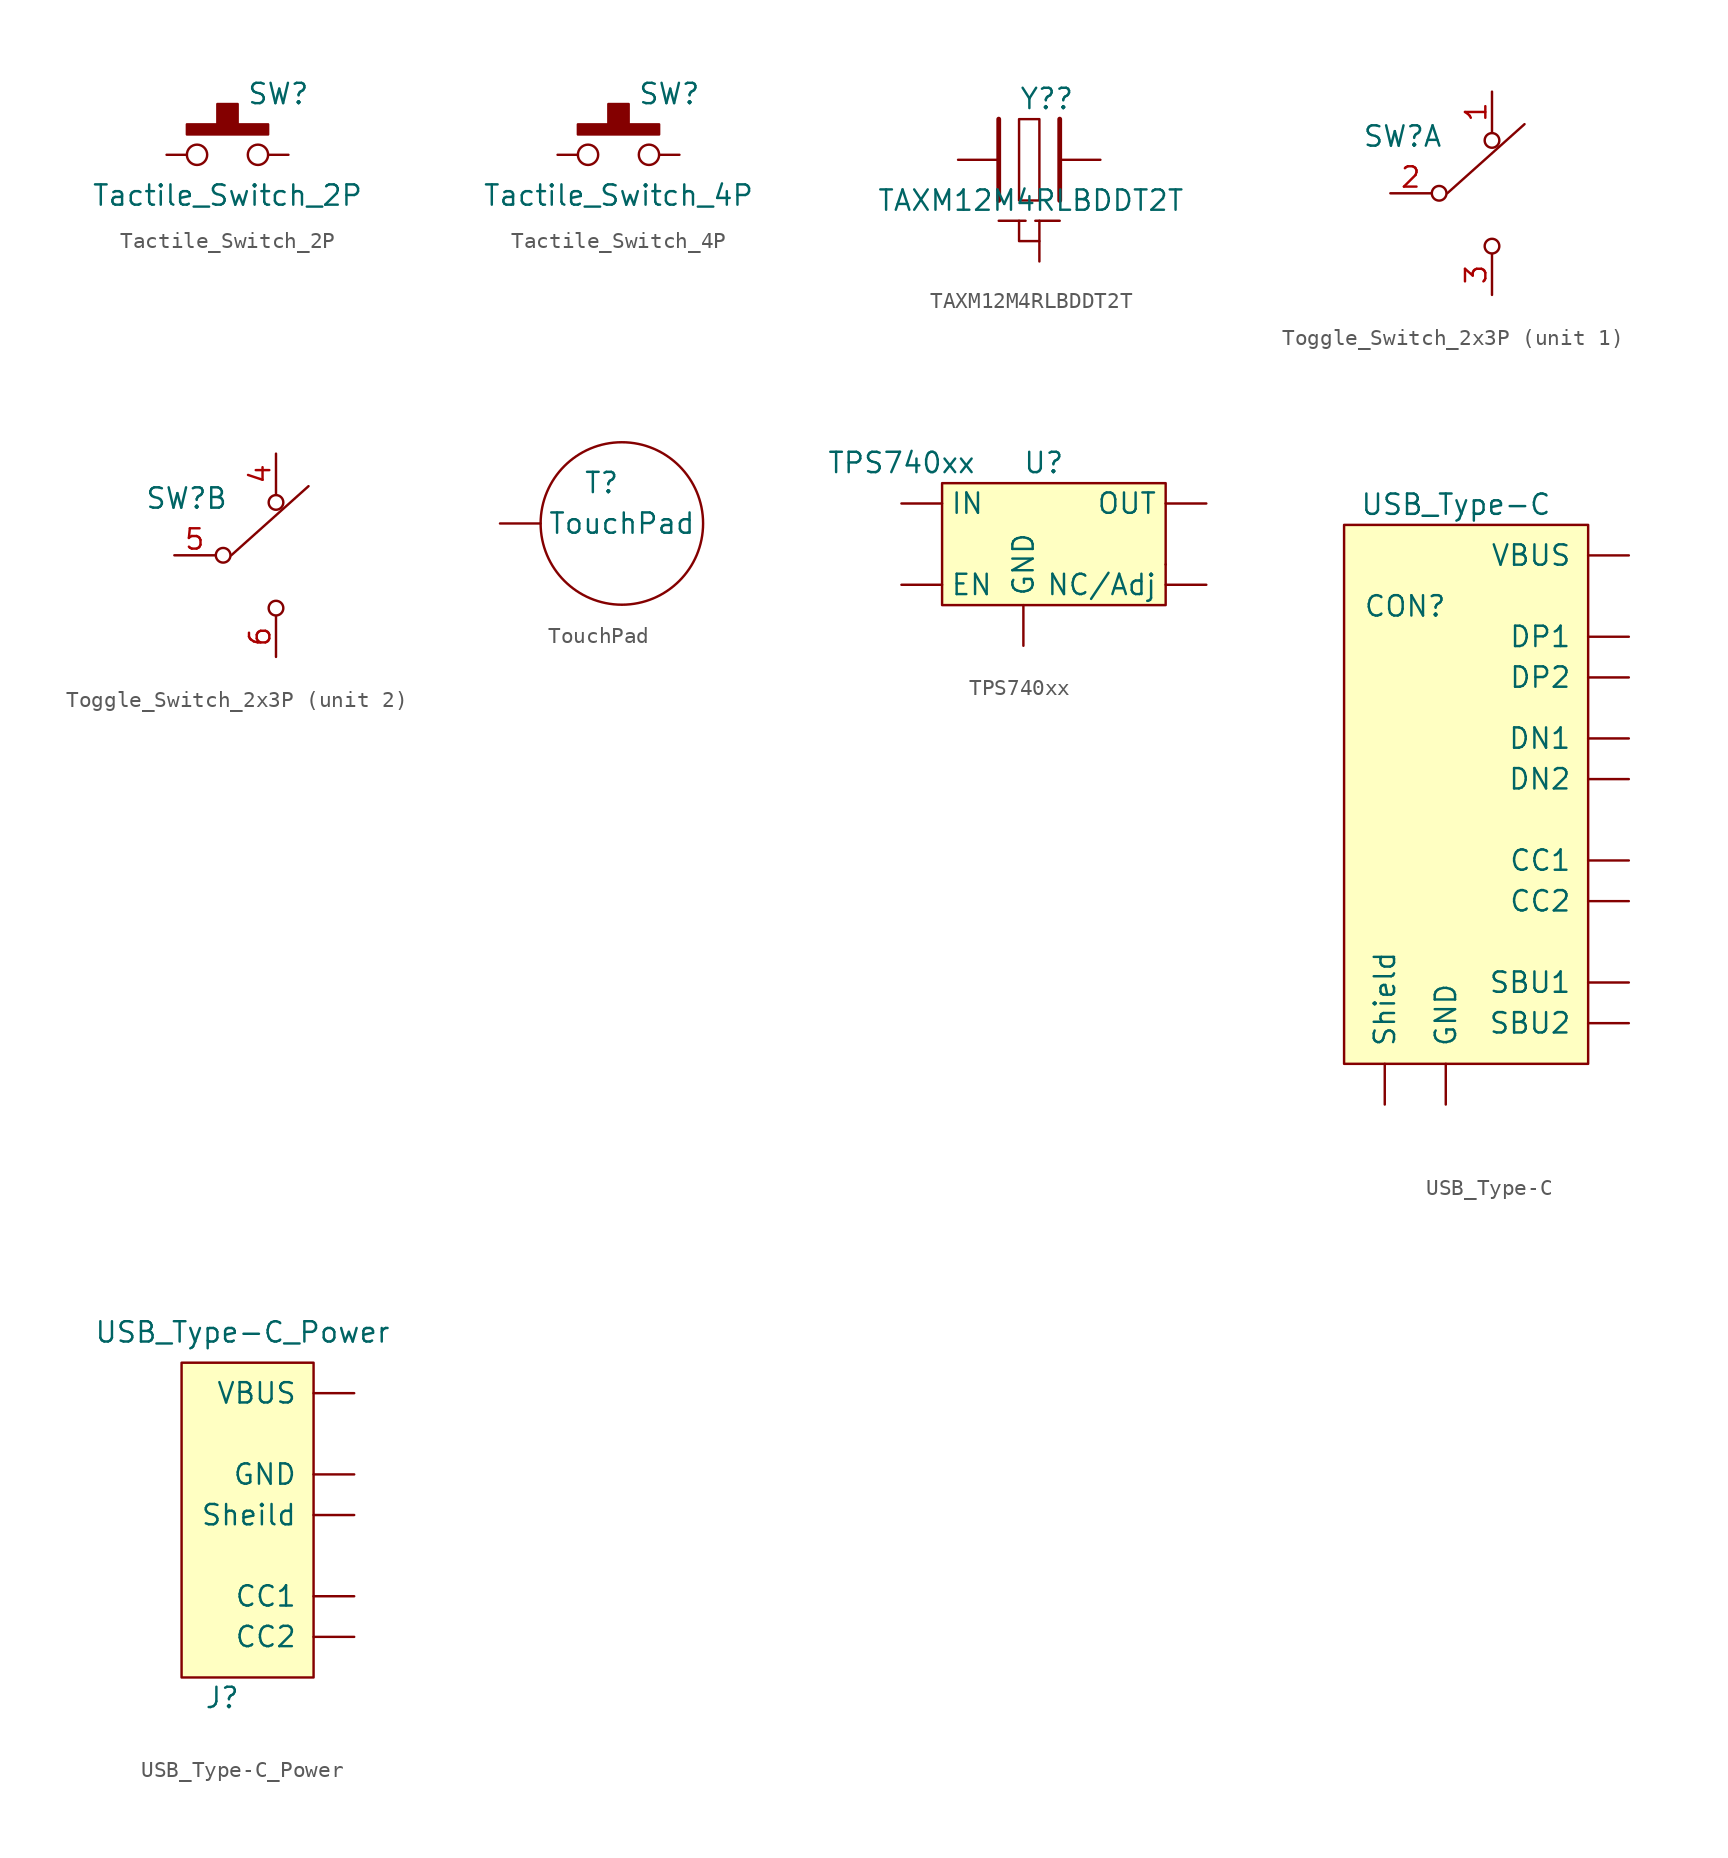
<source format=kicad_sym>
(kicad_symbol_lib
  (version 20220914)
  (generator kicad_symbol_editor)
  (symbol "Tactile_Switch_2P"
    (pin_numbers hide)
    (pin_names
      (offset 0) hide)
    (property "Reference" "SW"
      (at 3.175 3.81 0)
      (effects (font (size 1.27 1.27))))
    (property "Value" "Tactile_Switch_2P"
      (at 0 -2.54 0)
      (effects (font (size 1.27 1.27))))
    (symbol "Tactile_Switch_2P_0_1"
      (rectangle (start -2.54 1.27) (end 2.54 1.905) (stroke (width 0) (type default)) (fill (type outline)))
      (circle (center -1.905 0) (radius 0.635) (stroke (width 0) (type default)) (fill (type none)))
      (rectangle (start -0.635 1.905) (end 0.635 3.175) (stroke (width 0) (type default)) (fill (type outline)))
      (circle (center 1.905 0) (radius 0.635) (stroke (width 0) (type default)) (fill (type none))))
    (symbol "Tactile_Switch_2P_1_1"
      (pin passive line (at -3.81 0 0) (length 1.27) (name "2" (effects (font (size 1.27 1.27)))) (number "1" (effects (font (size 1.27 1.27)))))
      (pin passive line (at 3.81 0 180) (length 1.27) (name "2" (effects (font (size 1.27 1.27)))) (number "2" (effects (font (size 1.27 1.27)))))))
  (symbol "Tactile_Switch_4P"
    (pin_numbers hide)
    (pin_names
      (offset 0) hide)
    (property "Reference" "SW"
      (at 3.175 3.81 0)
      (effects (font (size 1.27 1.27))))
    (property "Value" "Tactile_Switch_4P"
      (at 0 -2.54 0)
      (effects (font (size 1.27 1.27))))
    (symbol "Tactile_Switch_4P_0_1"
      (rectangle (start -2.54 1.27) (end 2.54 1.905) (stroke (width 0) (type default)) (fill (type outline)))
      (circle (center -1.905 0) (radius 0.635) (stroke (width 0) (type default)) (fill (type none)))
      (rectangle (start -0.635 1.905) (end 0.635 3.175) (stroke (width 0) (type default)) (fill (type outline)))
      (circle (center 1.905 0) (radius 0.635) (stroke (width 0) (type default)) (fill (type none))))
    (symbol "Tactile_Switch_4P_1_1"
      (pin passive line (at -3.81 0 0) (length 1.27) (name "A" (effects (font (size 1.27 1.27)))) (number "1" (effects (font (size 1.27 1.27)))))
      (pin passive line (at -3.81 0 0) (length 1.27) hide (name "B" (effects (font (size 1.27 1.27)))) (number "2" (effects (font (size 1.27 1.27)))))
      (pin passive line (at 3.81 0 180) (length 1.27) (name "C" (effects (font (size 1.27 1.27)))) (number "3" (effects (font (size 1.27 1.27)))))
      (pin passive line (at 3.81 0 180) (length 1.27) hide (name "D" (effects (font (size 1.27 1.27)))) (number "4" (effects (font (size 1.27 1.27)))))))
  (symbol "TAXM12M4RLBDDT2T"
    (pin_numbers hide)
    (pin_names hide)
    (property "Reference" "Y?"
      (at -1.27 3.81 0)
      (effects (font (size 1.27 1.27)) (justify left)))
    (property "Value" "TAXM12M4RLBDDT2T"
      (at -10.16 -2.54 0)
      (effects (font (size 1.27 1.27)) (justify left)))
    (symbol "TAXM12M4RLBDDT2T_0_0"
      (pin passive line (at -5.08 0 0) (length 2.54) (name "" (effects (font (size 1.27 1.27)))) (number "1" (effects (font (size 1.27 1.27)))))
      (pin passive line (at 3.81 0 180) (length 2.54) (name "" (effects (font (size 1.27 1.27)))) (number "3" (effects (font (size 1.27 1.27))))))
    (symbol "TAXM12M4RLBDDT2T_0_1"
      (rectangle (start -1.27 2.54) (end 0 -2.54) (stroke (width 0) (type default)) (fill (type none)))
      (polyline (pts (xy -2.54 2.54) (xy -2.54 -2.54)) (stroke (width 0.3) (type default)) (fill (type none)))
      (polyline (pts (xy 1.27 2.54) (xy 1.27 -2.54)) (stroke (width 0.3) (type default)) (fill (type none))))
    (symbol "TAXM12M4RLBDDT2T_1_0"
      (pin passive line (at 0 -6.35 90) (length 2.54) (name "GND" (effects (font (size 1.27 1.27)))) (number "2" (effects (font (size 1.27 1.27)))))
      (pin passive line (at 0 -6.35 90) (length 2.54) hide (name "GND" (effects (font (size 1.27 1.27)))) (number "4" (effects (font (size 1.27 1.27))))))
    (symbol "TAXM12M4RLBDDT2T_1_1"
      (polyline (pts (xy -2.54 -3.81) (xy 1.27 -3.81)) (stroke (width 0) (type dash)) (fill (type none)))
      (polyline (pts (xy 0 -5.08) (xy -1.27 -5.08) (xy -1.27 -3.81)) (stroke (width 0) (type default)) (fill (type none)))))
  (symbol "Toggle_Switch_2x3P"
    (pin_names
      (offset 0) hide)
    (property "Reference" "SW"
      (at -5.588 3.556 0)
      (effects (font (size 1.27 1.27))))
    (property "Value" ""
      (at 0 0 0)
      (effects (font (size 1.27 1.27))))
    (symbol "Toggle_Switch_2x3P_0_1"
      (circle (center -3.302 0) (radius 0.458) (stroke (width 0) (type default)) (fill (type none)))
      (circle (center 0 -3.302) (radius 0.458) (stroke (width 0) (type default)) (fill (type none)))
      (polyline (pts (xy -2.794 0) (xy 2.032 4.318)) (stroke (width 0) (type default)) (fill (type none)))
      (circle (center 0 3.302) (radius 0.458) (stroke (width 0) (type default)) (fill (type none))))
    (symbol "Toggle_Switch_2x3P_1_1"
      (pin passive line (at 0 6.35 270) (length 2.54) (name "1" (effects (font (size 1.27 1.27)))) (number "1" (effects (font (size 1.27 1.27)))))
      (pin passive line (at -6.35 0 0) (length 2.54) (name "2" (effects (font (size 1.27 1.27)))) (number "2" (effects (font (size 1.27 1.27)))))
      (pin passive line (at 0 -6.35 90) (length 2.54) (name "3" (effects (font (size 1.27 1.27)))) (number "3" (effects (font (size 1.27 1.27))))))
    (symbol "Toggle_Switch_2x3P_2_1"
      (pin passive line (at 0 6.35 270) (length 2.54) (name "1" (effects (font (size 1.27 1.27)))) (number "4" (effects (font (size 1.27 1.27)))))
      (pin passive line (at -6.35 0 0) (length 2.54) (name "2" (effects (font (size 1.27 1.27)))) (number "5" (effects (font (size 1.27 1.27)))))
      (pin passive line (at 0 -6.35 90) (length 2.54) (name "3" (effects (font (size 1.27 1.27)))) (number "6" (effects (font (size 1.27 1.27)))))))
  (symbol "TouchPad"
    (pin_numbers hide)
    (pin_names
      (offset 1.016) hide)
    (property "Reference" "T"
      (at -1.27 2.54 0)
      (effects (font (size 1.27 1.27))))
    (property "Value" "TouchPad"
      (at 0 0 0)
      (effects (font (size 1.27 1.27))))
    (symbol "TouchPad_0_1"
      (circle (center 0 0) (radius 5.08) (stroke (width 0) (type default)) (fill (type none))))
    (symbol "TouchPad_1_1"
      (pin passive line (at -7.62 0 0) (length 2.54) (name "Pad" (effects (font (size 1.27 1.27)))) (number "1" (effects (font (size 1.27 1.27)))))))
  (symbol "TPS740xx"
    (pin_numbers hide)
    (property "Reference" "U"
      (at 0 5.08 0)
      (effects (font (size 1.27 1.27))))
    (property "Value" "TPS740xx"
      (at -8.89 5.08 0)
      (effects (font (size 1.27 1.27))))
    (symbol "TPS740xx_0_1"
      (rectangle (start -6.35 3.81) (end 7.62 -3.81) (stroke (width 0) (type default)) (fill (type background)))
      (rectangle (start 7.62 -1.27) (end 7.62 -1.27) (stroke (width 0) (type default)) (fill (type none))))
    (symbol "TPS740xx_1_1"
      (pin power_in line (at -8.89 2.54 0) (length 2.54) (name "IN" (effects (font (size 1.27 1.27)))) (number "1" (effects (font (size 1.27 1.27)))))
      (pin power_in line (at -1.27 -6.35 90) (length 2.54) (name "GND" (effects (font (size 1.27 1.27)))) (number "2" (effects (font (size 1.27 1.27)))))
      (pin input line (at -8.89 -2.54 0) (length 2.54) (name "EN" (effects (font (size 1.27 1.27)))) (number "3" (effects (font (size 1.27 1.27)))))
      (pin passive line (at 10.16 -2.54 180) (length 2.54) (name "NC/Adj" (effects (font (size 1.27 1.27)))) (number "4" (effects (font (size 1.27 1.27)))))
      (pin power_out line (at 10.16 2.54 180) (length 2.54) (name "OUT" (effects (font (size 1.27 1.27)))) (number "5" (effects (font (size 1.27 1.27)))))))
  (symbol "USB_Type-C"
    (pin_numbers hide)
    (pin_names
      (offset 1.016))
    (property "Reference" "CON"
      (at -3.81 12.065 0)
      (effects (font (size 1.27 1.27))))
    (property "Value" "USB_Type-C"
      (at -0.635 18.415 0)
      (effects (font (size 1.27 1.27))))
    (symbol "USB_Type-C_0_1"
      (rectangle (start -7.62 17.145) (end 7.62 -16.51) (stroke (width 0) (type default)) (fill (type background))))
    (symbol "USB_Type-C_1_1"
      (pin passive line (at 10.16 -3.81 180) (length 2.54) (name "CC1" (effects (font (size 1.27 1.27)))) (number "A5" (effects (font (size 1.27 1.27)))))
      (pin bidirectional line (at 10.16 10.16 180) (length 2.54) (name "DP1" (effects (font (size 1.27 1.27)))) (number "A6" (effects (font (size 1.27 1.27)))))
      (pin bidirectional line (at 10.16 3.81 180) (length 2.54) (name "DN1" (effects (font (size 1.27 1.27)))) (number "A7" (effects (font (size 1.27 1.27)))))
      (pin passive line (at 10.16 -11.43 180) (length 2.54) (name "SBU1" (effects (font (size 1.27 1.27)))) (number "A8" (effects (font (size 1.27 1.27)))))
      (pin passive line (at 10.16 -6.35 180) (length 2.54) (name "CC2" (effects (font (size 1.27 1.27)))) (number "B5" (effects (font (size 1.27 1.27)))))
      (pin bidirectional line (at 10.16 7.62 180) (length 2.54) (name "DP2" (effects (font (size 1.27 1.27)))) (number "B6" (effects (font (size 1.27 1.27)))))
      (pin bidirectional line (at 10.16 1.27 180) (length 2.54) (name "DN2" (effects (font (size 1.27 1.27)))) (number "B7" (effects (font (size 1.27 1.27)))))
      (pin passive line (at 10.16 -13.97 180) (length 2.54) (name "SBU2" (effects (font (size 1.27 1.27)))) (number "B8" (effects (font (size 1.27 1.27)))))
      (pin passive line (at -1.27 -19.05 90) (length 2.54) (name "GND" (effects (font (size 1.27 1.27)))) (number "GND1" (effects (font (size 1.27 1.27)))))
      (pin passive line (at -1.27 -19.05 90) (length 2.54) hide (name "GND" (effects (font (size 1.27 1.27)))) (number "GND2" (effects (font (size 1.27 1.27)))))
      (pin passive line (at -5.08 -19.05 90) (length 2.54) (name "Shield" (effects (font (size 1.27 1.27)))) (number "S1" (effects (font (size 1.27 1.27)))))
      (pin passive line (at -5.08 -19.05 90) (length 2.54) hide (name "Shield" (effects (font (size 1.27 1.27)))) (number "S2" (effects (font (size 1.27 1.27)))))
      (pin passive line (at -5.08 -19.05 90) (length 2.54) hide (name "Shield" (effects (font (size 1.27 1.27)))) (number "S3" (effects (font (size 1.27 1.27)))))
      (pin passive line (at -5.08 -19.05 90) (length 2.54) hide (name "Shield" (effects (font (size 1.27 1.27)))) (number "S4" (effects (font (size 1.27 1.27)))))
      (pin passive line (at 10.16 15.24 180) (length 2.54) (name "VBUS" (effects (font (size 1.27 1.27)))) (number "VBUS1" (effects (font (size 1.27 1.27)))))
      (pin passive line (at 10.16 15.24 180) (length 2.54) hide (name "VBUS" (effects (font (size 1.27 1.27)))) (number "VBUS2" (effects (font (size 1.27 1.27)))))))
  (symbol "USB_Type-C_Power"
    (pin_numbers hide)
    (pin_names
      (offset 1.016))
    (property "Reference" "J"
      (at -5.715 -16.51 0)
      (effects (font (size 1.27 1.27))))
    (property "Value" "USB_Type-C_Power"
      (at -4.445 6.35 0)
      (effects (font (size 1.27 1.27))))
    (symbol "USB_Type-C_Power_0_1"
      (rectangle (start 0 4.445) (end -8.255 -15.24) (stroke (width 0) (type default)) (fill (type background))))
    (symbol "USB_Type-C_Power_1_1"
      (pin power_out line (at 2.54 -2.54 180) (length 2.54) (name "GND" (effects (font (size 1.27 1.27)))) (number "A12" (effects (font (size 1.27 1.27)))))
      (pin passive line (at 2.54 -10.16 180) (length 2.54) (name "CC1" (effects (font (size 1.27 1.27)))) (number "A5" (effects (font (size 1.27 1.27)))))
      (pin power_out line (at 2.54 2.54 180) (length 2.54) (name "VBUS" (effects (font (size 1.27 1.27)))) (number "A9" (effects (font (size 1.27 1.27)))))
      (pin power_out line (at 2.54 -2.54 180) (length 2.54) hide (name "GND" (effects (font (size 1.27 1.27)))) (number "B12" (effects (font (size 1.27 1.27)))))
      (pin passive line (at 2.54 -12.7 180) (length 2.54) (name "CC2" (effects (font (size 1.27 1.27)))) (number "B5" (effects (font (size 1.27 1.27)))))
      (pin power_out line (at 2.54 2.54 180) (length 2.54) hide (name "VBUS" (effects (font (size 1.27 1.27)))) (number "B9" (effects (font (size 1.27 1.27)))))
      (pin passive line (at 2.54 -5.08 180) (length 2.54) (name "Sheild" (effects (font (size 1.27 1.27)))) (number "Sh1" (effects (font (size 1.27 1.27)))))
      (pin passive line (at 2.54 -5.08 180) (length 2.54) hide (name "Sheild" (effects (font (size 1.27 1.27)))) (number "Sh2" (effects (font (size 1.27 1.27)))))
      (pin passive line (at 2.54 -5.08 180) (length 2.54) hide (name "Sheild" (effects (font (size 1.27 1.27)))) (number "Sh3" (effects (font (size 1.27 1.27)))))
      (pin passive line (at 2.54 -5.08 180) (length 2.54) hide (name "Sheild" (effects (font (size 1.27 1.27)))) (number "Sh4" (effects (font (size 1.27 1.27))))))))
</source>
